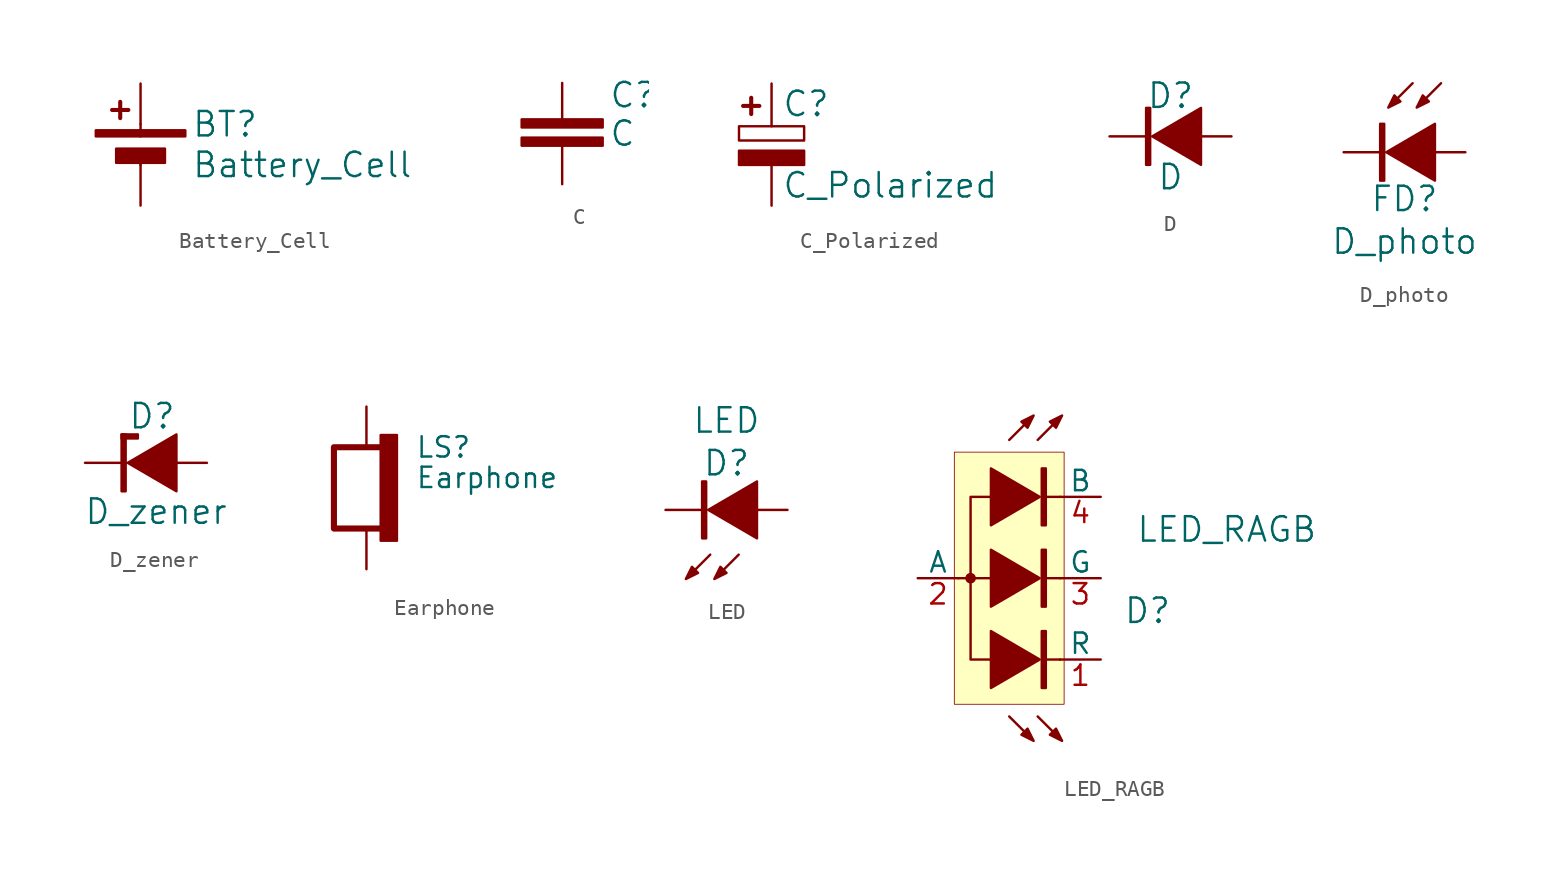
<source format=kicad_sym>
(kicad_symbol_lib
  (version 20211014)
  (generator kicad_symbol_editor)
  (symbol "Battery_Cell"
    (pin_numbers hide)
    (pin_names
      (offset 0) hide)
    (property "Reference" "BT"
      (at 3.175 2.54 0)
      (effects (font (size 1.524 1.524)) (justify left)))
    (property "Value" "Battery_Cell"
      (at 3.175 0 0)
      (effects (font (size 1.524 1.524)) (justify left)))
    (symbol "Battery_Cell_0_1"
      (rectangle (start -2.794 2.159) (end 2.794 1.778) (stroke (width 0) (type default) (color 0 0 0 0)) (fill (type outline)))
      (rectangle (start -1.524 1.016) (end 1.524 0.127) (stroke (width 0) (type default) (color 0 0 0 0)) (fill (type outline)))
      (polyline (pts (xy -1.778 3.429) (xy -0.762 3.429)) (stroke (width 0.254) (type default) (color 0 0 0 0)) (fill (type none)))
      (polyline (pts (xy -1.27 3.937) (xy -1.27 2.921)) (stroke (width 0.254) (type default) (color 0 0 0 0)) (fill (type none)))
      (polyline (pts (xy 0 0.762) (xy 0 0)) (stroke (width 0) (type default) (color 0 0 0 0)) (fill (type none)))
      (polyline (pts (xy 0 1.778) (xy 0 2.54)) (stroke (width 0) (type default) (color 0 0 0 0)) (fill (type none))))
    (symbol "Battery_Cell_1_1"
      (pin power_out line (at 0 5.08 270) (length 2.54) (name "+" (effects (font (size 1.27 1.27)))) (number "1" (effects (font (size 1.27 1.27)))))
      (pin power_out line (at 0 -2.54 90) (length 2.54) (name "-" (effects (font (size 1.27 1.27)))) (number "2" (effects (font (size 1.27 1.27)))))))
  (symbol "C"
    (pin_numbers hide)
    (pin_names
      (offset 0.254))
    (property "Reference" "C"
      (at 2.921 3.048 0)
      (effects (font (size 1.524 1.524)) (justify left)))
    (property "Value" "C"
      (at 2.921 0.635 0)
      (effects (font (size 1.524 1.524)) (justify left)))
    (symbol "C_0_1"
      (rectangle (start -2.54 0.381) (end 2.54 -0.127) (stroke (width 0) (type default) (color 0 0 0 0)) (fill (type outline)))
      (rectangle (start -2.54 1.524) (end 2.54 1.016) (stroke (width 0) (type default) (color 0 0 0 0)) (fill (type outline))))
    (symbol "C_1_1"
      (pin passive line (at 0 3.81 270) (length 2.54) (name "~" (effects (font (size 1.27 1.27)))) (number "1" (effects (font (size 1.27 1.27)))))
      (pin passive line (at 0 -2.54 90) (length 2.54) (name "~" (effects (font (size 1.27 1.27)))) (number "2" (effects (font (size 1.27 1.27)))))))
  (symbol "C_Polarized"
    (pin_numbers hide)
    (pin_names
      (offset 0.254) hide)
    (property "Reference" "C"
      (at 0.635 2.54 0)
      (effects (font (size 1.524 1.524)) (justify left)))
    (property "Value" "C_Polarized"
      (at 0.635 -2.54 0)
      (effects (font (size 1.524 1.524)) (justify left)))
    (symbol "C_Polarized_0_1"
      (rectangle (start -2.032 -0.381) (end 2.032 -1.27) (stroke (width 0) (type default) (color 0 0 0 0)) (fill (type outline)))
      (rectangle (start -2.032 1.143) (end 2.032 0.254) (stroke (width 0) (type default) (color 0 0 0 0)) (fill (type none)))
      (polyline (pts (xy -1.778 2.413) (xy -0.762 2.413)) (stroke (width 0.254) (type default) (color 0 0 0 0)) (fill (type none)))
      (polyline (pts (xy -1.27 2.921) (xy -1.27 1.905)) (stroke (width 0.254) (type default) (color 0 0 0 0)) (fill (type none))))
    (symbol "C_Polarized_1_1"
      (pin passive line (at 0 -3.81 90) (length 2.794) (name "-" (effects (font (size 1.27 1.27)))) (number "1" (effects (font (size 1.27 1.27)))))
      (pin passive line (at 0 3.81 270) (length 2.667) (name "+" (effects (font (size 1.27 1.27)))) (number "2" (effects (font (size 1.27 1.27)))))))
  (symbol "D"
    (pin_numbers hide)
    (pin_names
      (offset 1.016) hide)
    (property "Reference" "D"
      (at 0 2.54 0)
      (effects (font (size 1.524 1.524))))
    (property "Value" "D"
      (at 0 -2.54 0)
      (effects (font (size 1.524 1.524))))
    (symbol "D_0_1"
      (rectangle (start -1.524 1.778) (end -1.27 -1.778) (stroke (width 0) (type default) (color 0 0 0 0)) (fill (type outline)))
      (polyline (pts (xy -1.143 0) (xy 1.905 1.778) (xy 1.905 -1.778) (xy -1.143 0)) (stroke (width 0) (type default) (color 0 0 0 0)) (fill (type outline))))
    (symbol "D_1_1"
      (pin passive line (at -3.81 0 0) (length 2.54) (name "K" (effects (font (size 1.27 1.27)))) (number "1" (effects (font (size 1.27 1.27)))))
      (pin passive line (at 3.81 0 180) (length 2.54) (name "A" (effects (font (size 1.27 1.27)))) (number "2" (effects (font (size 1.27 1.27)))))))
  (symbol "D_photo"
    (pin_numbers hide)
    (pin_names
      (offset 1.016) hide)
    (property "Reference" "FD"
      (at 0 -2.921 0)
      (effects (font (size 1.524 1.524))))
    (property "Value" "D_photo"
      (at 0 -5.588 0)
      (effects (font (size 1.524 1.524))))
    (symbol "D_photo_0_1"
      (rectangle (start -1.27 1.778) (end -1.524 -1.778) (stroke (width 0) (type default) (color 0 0 0 0)) (fill (type outline)))
      (polyline (pts (xy 0.508 4.318) (xy -0.635 3.175)) (stroke (width 0.152) (type default) (color 0 0 0 0)) (fill (type none)))
      (polyline (pts (xy 2.286 4.318) (xy 1.143 3.175)) (stroke (width 0.152) (type default) (color 0 0 0 0)) (fill (type none)))
      (polyline (pts (xy -1.143 0) (xy 1.905 -1.778) (xy 1.905 1.778) (xy -1.143 0)) (stroke (width 0) (type default) (color 0 0 0 0)) (fill (type outline)))
      (polyline (pts (xy -1.016 2.794) (xy -0.254 3.175) (xy -0.635 3.556) (xy -1.016 2.794)) (stroke (width 0) (type default) (color 0 0 0 0)) (fill (type outline)))
      (polyline (pts (xy 0.762 2.794) (xy 1.524 3.175) (xy 1.143 3.556) (xy 0.762 2.794)) (stroke (width 0) (type default) (color 0 0 0 0)) (fill (type outline))))
    (symbol "D_photo_1_1"
      (pin passive line (at -3.81 0 0) (length 2.54) (name "K" (effects (font (size 1.27 1.27)))) (number "1" (effects (font (size 1.27 1.27)))))
      (pin passive line (at 3.81 0 180) (length 2.54) (name "A" (effects (font (size 1.27 1.27)))) (number "2" (effects (font (size 1.27 1.27)))))))
  (symbol "D_zener"
    (pin_numbers hide)
    (pin_names
      (offset 1.016) hide)
    (property "Reference" "D"
      (at 0.381 2.921 0)
      (effects (font (size 1.524 1.524))))
    (property "Value" "D_zener"
      (at 0.635 -3.048 0)
      (effects (font (size 1.524 1.524))))
    (symbol "D_zener_0_1"
      (rectangle (start -1.524 1.778) (end -1.27 -1.778) (stroke (width 0) (type default) (color 0 0 0 0)) (fill (type outline)))
      (rectangle (start -1.524 1.778) (end -0.508 1.524) (stroke (width 0) (type default) (color 0 0 0 0)) (fill (type outline)))
      (polyline (pts (xy -1.143 0) (xy 1.905 1.778) (xy 1.905 -1.778) (xy -1.143 0)) (stroke (width 0) (type default) (color 0 0 0 0)) (fill (type outline))))
    (symbol "D_zener_1_1"
      (pin passive line (at -3.81 0 0) (length 2.54) (name "K" (effects (font (size 1.27 1.27)))) (number "1" (effects (font (size 1.27 1.27)))))
      (pin passive line (at 3.81 0 180) (length 2.54) (name "A" (effects (font (size 1.27 1.27)))) (number "2" (effects (font (size 1.27 1.27)))))))
  (symbol "Earphone"
    (pin_numbers hide)
    (pin_names
      (offset 0.025) hide)
    (property "Reference" "LS"
      (at 3.048 3.81 0)
      (effects (font (size 1.27 1.27)) (justify left)))
    (property "Value" "Earphone"
      (at 3.048 1.905 0)
      (effects (font (size 1.27 1.27)) (justify left)))
    (symbol "Earphone_0_1"
      (rectangle (start -2.032 3.81) (end 1.778 -1.27) (stroke (width 0.381) (type default) (color 0 0 0 0)) (fill (type none)))
      (rectangle (start 0.889 4.572) (end 1.905 -2.032) (stroke (width 0) (type default) (color 0 0 0 0)) (fill (type outline))))
    (symbol "Earphone_1_1"
      (pin passive line (at 0 6.35 270) (length 2.54) (name "1" (effects (font (size 1.27 1.27)))) (number "1" (effects (font (size 1.27 1.27)))))
      (pin passive line (at 0 -3.81 90) (length 2.54) (name "2" (effects (font (size 1.27 1.27)))) (number "2" (effects (font (size 1.27 1.27)))))))
  (symbol "LED"
    (pin_numbers hide)
    (pin_names
      (offset 1.016) hide)
    (property "Reference" "D"
      (at 0 2.921 0)
      (effects (font (size 1.524 1.524))))
    (property "Value" "LED"
      (at 0 5.588 0)
      (effects (font (size 1.524 1.524))))
    (symbol "LED_0_1"
      (rectangle (start -1.524 1.778) (end -1.27 -1.778) (stroke (width 0) (type default) (color 0 0 0 0)) (fill (type outline)))
      (polyline (pts (xy -1.016 -2.794) (xy -2.159 -3.937)) (stroke (width 0.152) (type default) (color 0 0 0 0)) (fill (type none)))
      (polyline (pts (xy 0.762 -2.794) (xy -0.381 -3.937)) (stroke (width 0.152) (type default) (color 0 0 0 0)) (fill (type none)))
      (polyline (pts (xy -2.54 -4.318) (xy -1.778 -3.937) (xy -2.159 -3.556) (xy -2.54 -4.318)) (stroke (width 0) (type default) (color 0 0 0 0)) (fill (type outline)))
      (polyline (pts (xy -1.143 0) (xy 1.905 1.778) (xy 1.905 -1.778) (xy -1.143 0)) (stroke (width 0) (type default) (color 0 0 0 0)) (fill (type outline)))
      (polyline (pts (xy -0.762 -4.318) (xy 0 -3.937) (xy -0.381 -3.556) (xy -0.762 -4.318)) (stroke (width 0) (type default) (color 0 0 0 0)) (fill (type outline))))
    (symbol "LED_1_1"
      (pin passive line (at -3.81 0 0) (length 2.54) (name "K" (effects (font (size 1.27 1.27)))) (number "1" (effects (font (size 1.27 1.27)))))
      (pin passive line (at 3.81 0 180) (length 2.54) (name "A" (effects (font (size 1.27 1.27)))) (number "2" (effects (font (size 1.27 1.27)))))))
  (symbol "LED_RAGB"
    (pin_names
      (offset 0))
    (property "Reference" "D"
      (at 8.001 -2.032 0)
      (effects (font (size 1.524 1.524))))
    (property "Value" "LED_RAGB"
      (at 12.954 3.048 0)
      (effects (font (size 1.524 1.524))))
    (symbol "LED_RAGB_0_0"
      (polyline (pts (xy -1.143 5.08) (xy -3.048 5.08) (xy -3.048 -5.08) (xy -1.143 -5.08)) (stroke (width 0) (type default) (color 0 0 0 0)) (fill (type none))))
    (symbol "LED_RAGB_0_1"
      (rectangle (start -4.064 7.874) (end 2.794 -7.874) (stroke (width 0.051) (type default) (color 0 0 0 0)) (fill (type background)))
      (circle (center -3.048 0) (radius 0.254) (stroke (width 0) (type default) (color 0 0 0 0)) (fill (type outline)))
      (polyline (pts (xy -1.143 0) (xy -3.81 0)) (stroke (width 0) (type default) (color 0 0 0 0)) (fill (type none)))
      (polyline (pts (xy -0.635 -8.636) (xy 0.508 -9.779)) (stroke (width 0.152) (type default) (color 0 0 0 0)) (fill (type none)))
      (polyline (pts (xy -0.635 8.636) (xy 0.508 9.779)) (stroke (width 0.152) (type default) (color 0 0 0 0)) (fill (type none)))
      (polyline (pts (xy 1.143 -8.636) (xy 2.286 -9.779)) (stroke (width 0.152) (type default) (color 0 0 0 0)) (fill (type none)))
      (polyline (pts (xy 1.143 8.636) (xy 2.286 9.779)) (stroke (width 0.152) (type default) (color 0 0 0 0)) (fill (type none)))
      (polyline (pts (xy 1.524 -5.08) (xy 2.54 -5.08)) (stroke (width 0) (type default) (color 0 0 0 0)) (fill (type none)))
      (polyline (pts (xy 1.524 0) (xy 2.54 0)) (stroke (width 0) (type default) (color 0 0 0 0)) (fill (type none)))
      (polyline (pts (xy 1.524 5.08) (xy 2.54 5.08)) (stroke (width 0) (type default) (color 0 0 0 0)) (fill (type none)))
      (polyline (pts (xy 0.889 -10.16) (xy 0.127 -9.779) (xy 0.508 -9.398) (xy 0.889 -10.16)) (stroke (width 0) (type default) (color 0 0 0 0)) (fill (type outline)))
      (polyline (pts (xy 0.889 10.16) (xy 0.127 9.779) (xy 0.508 9.398) (xy 0.889 10.16)) (stroke (width 0) (type default) (color 0 0 0 0)) (fill (type outline)))
      (polyline (pts (xy 1.27 -5.08) (xy -1.778 -3.302) (xy -1.778 -6.858) (xy 1.27 -5.08)) (stroke (width 0) (type default) (color 0 0 0 0)) (fill (type outline)))
      (polyline (pts (xy 1.27 0) (xy -1.778 1.778) (xy -1.778 -1.778) (xy 1.27 0)) (stroke (width 0) (type default) (color 0 0 0 0)) (fill (type outline)))
      (polyline (pts (xy 1.27 5.08) (xy -1.778 6.858) (xy -1.778 3.302) (xy 1.27 5.08)) (stroke (width 0) (type default) (color 0 0 0 0)) (fill (type outline)))
      (polyline (pts (xy 2.667 -10.16) (xy 1.905 -9.779) (xy 2.286 -9.398) (xy 2.667 -10.16)) (stroke (width 0) (type default) (color 0 0 0 0)) (fill (type outline)))
      (polyline (pts (xy 2.667 10.16) (xy 1.905 9.779) (xy 2.286 9.398) (xy 2.667 10.16)) (stroke (width 0) (type default) (color 0 0 0 0)) (fill (type outline)))
      (rectangle (start 1.397 -6.858) (end 1.651 -3.302) (stroke (width 0) (type default) (color 0 0 0 0)) (fill (type outline)))
      (rectangle (start 1.397 -1.778) (end 1.651 1.778) (stroke (width 0) (type default) (color 0 0 0 0)) (fill (type outline)))
      (rectangle (start 1.397 3.302) (end 1.651 6.858) (stroke (width 0) (type default) (color 0 0 0 0)) (fill (type outline))))
    (symbol "LED_RAGB_1_1"
      (pin passive line (at 5.08 -5.08 180) (length 2.54) (name "R" (effects (font (size 1.27 1.27)))) (number "1" (effects (font (size 1.27 1.27)))))
      (pin passive line (at -6.35 0 0) (length 2.54) (name "A" (effects (font (size 1.27 1.27)))) (number "2" (effects (font (size 1.27 1.27)))))
      (pin passive line (at 5.08 0 180) (length 2.54) (name "G" (effects (font (size 1.27 1.27)))) (number "3" (effects (font (size 1.27 1.27)))))
      (pin passive line (at 5.08 5.08 180) (length 2.54) (name "B" (effects (font (size 1.27 1.27)))) (number "4" (effects (font (size 1.27 1.27))))))))
</source>
